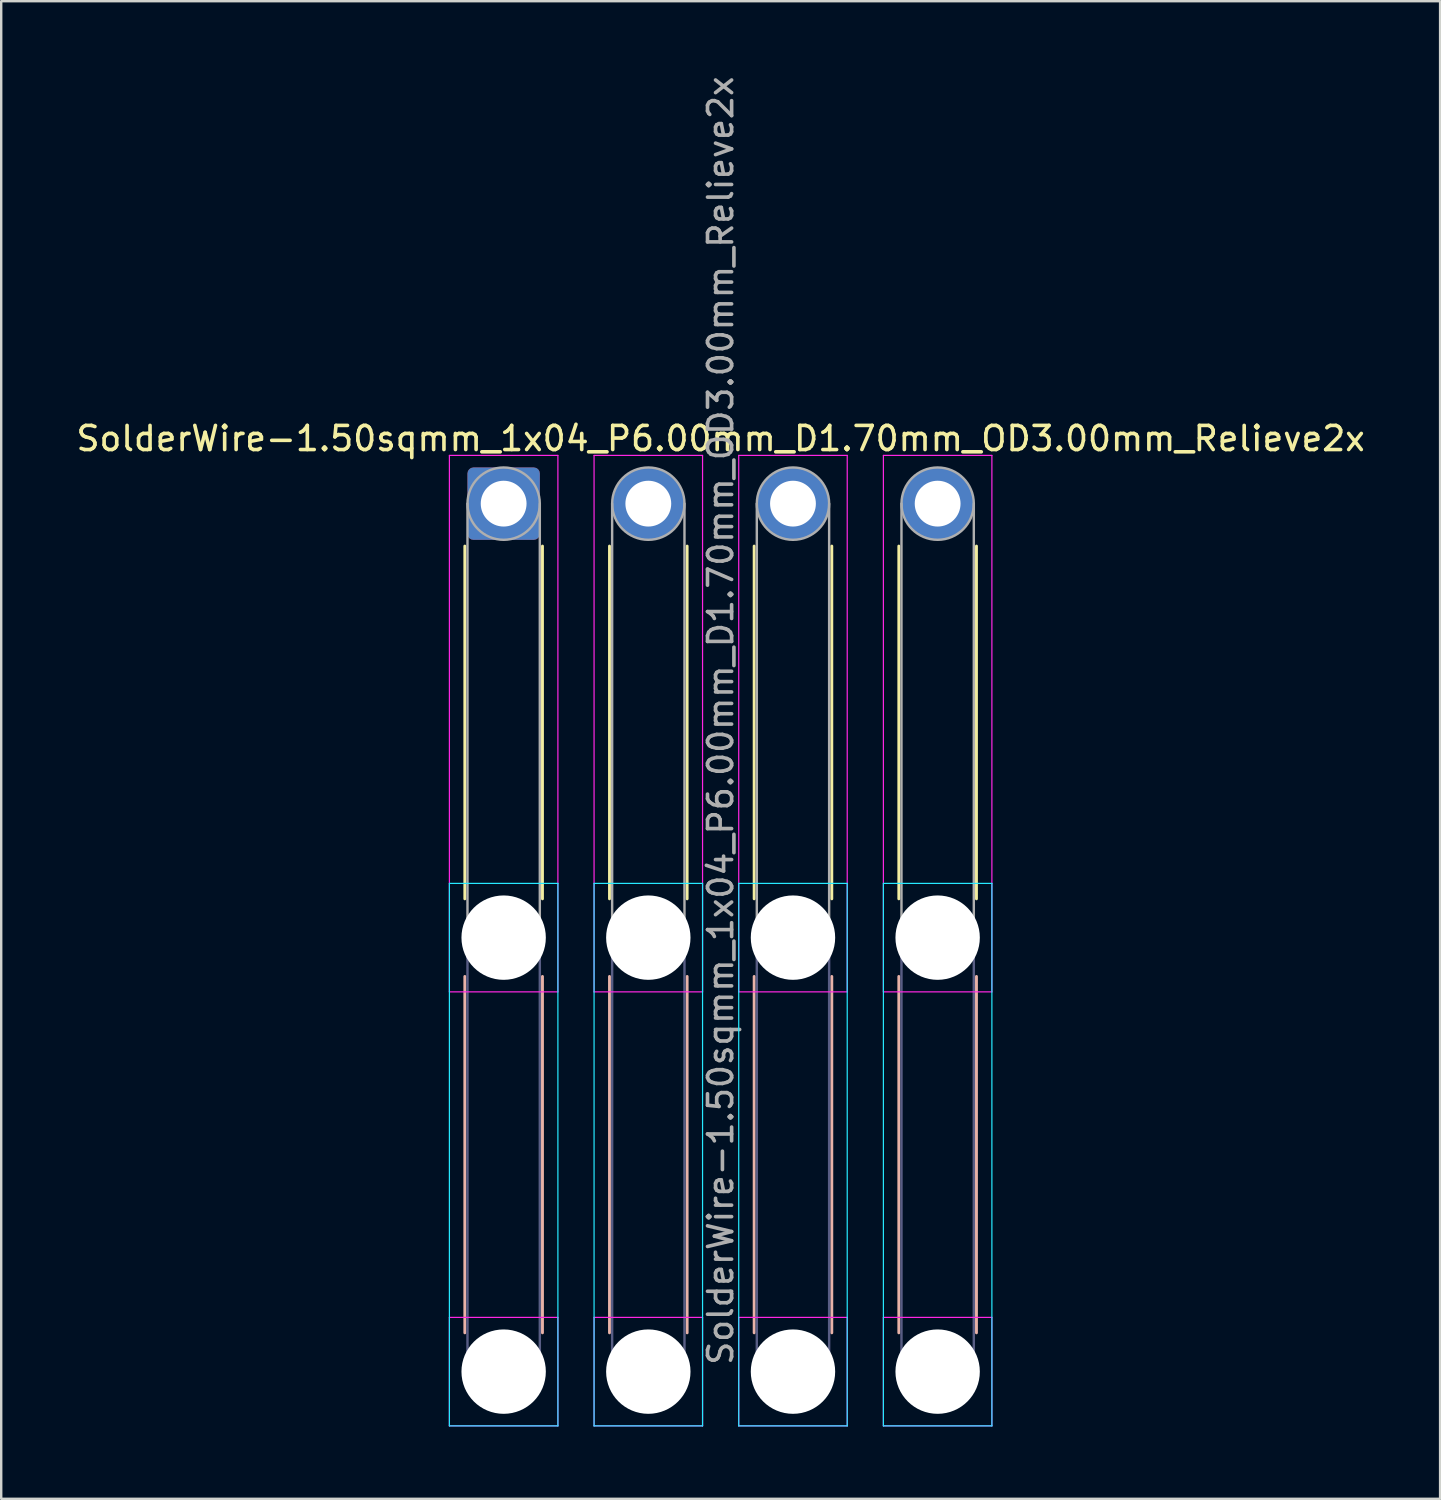
<source format=kicad_pcb>
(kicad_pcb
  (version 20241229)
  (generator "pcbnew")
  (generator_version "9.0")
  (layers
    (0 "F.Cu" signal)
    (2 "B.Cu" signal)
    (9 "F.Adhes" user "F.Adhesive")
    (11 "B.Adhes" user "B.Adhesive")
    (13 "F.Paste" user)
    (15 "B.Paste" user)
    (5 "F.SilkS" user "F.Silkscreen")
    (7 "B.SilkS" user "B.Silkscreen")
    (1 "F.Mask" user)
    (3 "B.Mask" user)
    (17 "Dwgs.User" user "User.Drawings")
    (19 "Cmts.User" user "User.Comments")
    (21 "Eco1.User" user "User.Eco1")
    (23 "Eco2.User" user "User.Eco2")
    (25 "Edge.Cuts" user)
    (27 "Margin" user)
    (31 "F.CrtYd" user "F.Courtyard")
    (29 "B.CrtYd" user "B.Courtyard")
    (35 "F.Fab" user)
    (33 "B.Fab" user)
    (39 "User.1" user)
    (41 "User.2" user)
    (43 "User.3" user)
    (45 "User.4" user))
  (footprint "SolderWire-1.50sqmm_1x04_P6.00mm_D1.70mm_OD3.00mm_Relieve2x"
    (layer "F.Cu")
    (at 17.839 17.839)
    (property "Reference" "SolderWire-1.50sqmm_1x04_P6.00mm_D1.70mm_OD3.00mm_Relieve2x" (at 9 -2.7 0) (layer "F.SilkS") (effects (font (size 1 1) (thickness 0.15))))
    (attr exclude_from_pos_files exclude_from_bom)
    (fp_line (start -1.61 1.76) (end -1.61 16.39) (stroke (width 0.12) (type solid)) (layer "F.SilkS"))
    (fp_line (start 1.61 1.76) (end 1.61 16.39) (stroke (width 0.12) (type solid)) (layer "F.SilkS"))
    (fp_line (start 4.39 1.76) (end 4.39 16.39) (stroke (width 0.12) (type solid)) (layer "F.SilkS"))
    (fp_line (start 7.61 1.76) (end 7.61 16.39) (stroke (width 0.12) (type solid)) (layer "F.SilkS"))
    (fp_line (start 10.39 1.76) (end 10.39 16.39) (stroke (width 0.12) (type solid)) (layer "F.SilkS"))
    (fp_line (start 13.61 1.76) (end 13.61 16.39) (stroke (width 0.12) (type solid)) (layer "F.SilkS"))
    (fp_line (start 16.39 1.76) (end 16.39 16.39) (stroke (width 0.12) (type solid)) (layer "F.SilkS"))
    (fp_line (start 19.61 1.76) (end 19.61 16.39) (stroke (width 0.12) (type solid)) (layer "F.SilkS"))
    (fp_line (start -1.61 19.61) (end -1.61 34.39) (stroke (width 0.12) (type solid)) (layer "B.SilkS"))
    (fp_line (start 1.61 19.61) (end 1.61 34.39) (stroke (width 0.12) (type solid)) (layer "B.SilkS"))
    (fp_line (start 4.39 19.61) (end 4.39 34.39) (stroke (width 0.12) (type solid)) (layer "B.SilkS"))
    (fp_line (start 7.61 19.61) (end 7.61 34.39) (stroke (width 0.12) (type solid)) (layer "B.SilkS"))
    (fp_line (start 10.39 19.61) (end 10.39 34.39) (stroke (width 0.12) (type solid)) (layer "B.SilkS"))
    (fp_line (start 13.61 19.61) (end 13.61 34.39) (stroke (width 0.12) (type solid)) (layer "B.SilkS"))
    (fp_line (start 16.39 19.61) (end 16.39 34.39) (stroke (width 0.12) (type solid)) (layer "B.SilkS"))
    (fp_line (start 19.61 19.61) (end 19.61 34.39) (stroke (width 0.12) (type solid)) (layer "B.SilkS"))
    (fp_line (start -2.25 15.75) (end -2.25 38.25) (stroke (width 0.05) (type solid)) (layer "B.CrtYd"))
    (fp_line (start -2.25 38.25) (end 2.25 38.25) (stroke (width 0.05) (type solid)) (layer "B.CrtYd"))
    (fp_line (start 2.25 15.75) (end -2.25 15.75) (stroke (width 0.05) (type solid)) (layer "B.CrtYd"))
    (fp_line (start 2.25 38.25) (end 2.25 15.75) (stroke (width 0.05) (type solid)) (layer "B.CrtYd"))
    (fp_line (start 3.75 15.75) (end 3.75 38.25) (stroke (width 0.05) (type solid)) (layer "B.CrtYd"))
    (fp_line (start 3.75 38.25) (end 8.25 38.25) (stroke (width 0.05) (type solid)) (layer "B.CrtYd"))
    (fp_line (start 8.25 15.75) (end 3.75 15.75) (stroke (width 0.05) (type solid)) (layer "B.CrtYd"))
    (fp_line (start 8.25 38.25) (end 8.25 15.75) (stroke (width 0.05) (type solid)) (layer "B.CrtYd"))
    (fp_line (start 9.75 15.75) (end 9.75 38.25) (stroke (width 0.05) (type solid)) (layer "B.CrtYd"))
    (fp_line (start 9.75 38.25) (end 14.25 38.25) (stroke (width 0.05) (type solid)) (layer "B.CrtYd"))
    (fp_line (start 14.25 15.75) (end 9.75 15.75) (stroke (width 0.05) (type solid)) (layer "B.CrtYd"))
    (fp_line (start 14.25 38.25) (end 14.25 15.75) (stroke (width 0.05) (type solid)) (layer "B.CrtYd"))
    (fp_line (start 15.75 15.75) (end 15.75 38.25) (stroke (width 0.05) (type solid)) (layer "B.CrtYd"))
    (fp_line (start 15.75 38.25) (end 20.25 38.25) (stroke (width 0.05) (type solid)) (layer "B.CrtYd"))
    (fp_line (start 20.25 15.75) (end 15.75 15.75) (stroke (width 0.05) (type solid)) (layer "B.CrtYd"))
    (fp_line (start 20.25 38.25) (end 20.25 15.75) (stroke (width 0.05) (type solid)) (layer "B.CrtYd"))
    (fp_line (start -2.25 -2) (end -2.25 20.25) (stroke (width 0.05) (type solid)) (layer "F.CrtYd"))
    (fp_line (start -2.25 20.25) (end 2.25 20.25) (stroke (width 0.05) (type solid)) (layer "F.CrtYd"))
    (fp_line (start -2.25 33.75) (end -2.25 38.25) (stroke (width 0.05) (type solid)) (layer "F.CrtYd"))
    (fp_line (start -2.25 38.25) (end 2.25 38.25) (stroke (width 0.05) (type solid)) (layer "F.CrtYd"))
    (fp_line (start 2.25 -2) (end -2.25 -2) (stroke (width 0.05) (type solid)) (layer "F.CrtYd"))
    (fp_line (start 2.25 20.25) (end 2.25 -2) (stroke (width 0.05) (type solid)) (layer "F.CrtYd"))
    (fp_line (start 2.25 33.75) (end -2.25 33.75) (stroke (width 0.05) (type solid)) (layer "F.CrtYd"))
    (fp_line (start 2.25 38.25) (end 2.25 33.75) (stroke (width 0.05) (type solid)) (layer "F.CrtYd"))
    (fp_line (start 3.75 -2) (end 3.75 20.25) (stroke (width 0.05) (type solid)) (layer "F.CrtYd"))
    (fp_line (start 3.75 20.25) (end 8.25 20.25) (stroke (width 0.05) (type solid)) (layer "F.CrtYd"))
    (fp_line (start 3.75 33.75) (end 3.75 38.25) (stroke (width 0.05) (type solid)) (layer "F.CrtYd"))
    (fp_line (start 3.75 38.25) (end 8.25 38.25) (stroke (width 0.05) (type solid)) (layer "F.CrtYd"))
    (fp_line (start 8.25 -2) (end 3.75 -2) (stroke (width 0.05) (type solid)) (layer "F.CrtYd"))
    (fp_line (start 8.25 20.25) (end 8.25 -2) (stroke (width 0.05) (type solid)) (layer "F.CrtYd"))
    (fp_line (start 8.25 33.75) (end 3.75 33.75) (stroke (width 0.05) (type solid)) (layer "F.CrtYd"))
    (fp_line (start 8.25 38.25) (end 8.25 33.75) (stroke (width 0.05) (type solid)) (layer "F.CrtYd"))
    (fp_line (start 9.75 -2) (end 9.75 20.25) (stroke (width 0.05) (type solid)) (layer "F.CrtYd"))
    (fp_line (start 9.75 20.25) (end 14.25 20.25) (stroke (width 0.05) (type solid)) (layer "F.CrtYd"))
    (fp_line (start 9.75 33.75) (end 9.75 38.25) (stroke (width 0.05) (type solid)) (layer "F.CrtYd"))
    (fp_line (start 9.75 38.25) (end 14.25 38.25) (stroke (width 0.05) (type solid)) (layer "F.CrtYd"))
    (fp_line (start 14.25 -2) (end 9.75 -2) (stroke (width 0.05) (type solid)) (layer "F.CrtYd"))
    (fp_line (start 14.25 20.25) (end 14.25 -2) (stroke (width 0.05) (type solid)) (layer "F.CrtYd"))
    (fp_line (start 14.25 33.75) (end 9.75 33.75) (stroke (width 0.05) (type solid)) (layer "F.CrtYd"))
    (fp_line (start 14.25 38.25) (end 14.25 33.75) (stroke (width 0.05) (type solid)) (layer "F.CrtYd"))
    (fp_line (start 15.75 -2) (end 15.75 20.25) (stroke (width 0.05) (type solid)) (layer "F.CrtYd"))
    (fp_line (start 15.75 20.25) (end 20.25 20.25) (stroke (width 0.05) (type solid)) (layer "F.CrtYd"))
    (fp_line (start 15.75 33.75) (end 15.75 38.25) (stroke (width 0.05) (type solid)) (layer "F.CrtYd"))
    (fp_line (start 15.75 38.25) (end 20.25 38.25) (stroke (width 0.05) (type solid)) (layer "F.CrtYd"))
    (fp_line (start 20.25 -2) (end 15.75 -2) (stroke (width 0.05) (type solid)) (layer "F.CrtYd"))
    (fp_line (start 20.25 20.25) (end 20.25 -2) (stroke (width 0.05) (type solid)) (layer "F.CrtYd"))
    (fp_line (start 20.25 33.75) (end 15.75 33.75) (stroke (width 0.05) (type solid)) (layer "F.CrtYd"))
    (fp_line (start 20.25 38.25) (end 20.25 33.75) (stroke (width 0.05) (type solid)) (layer "F.CrtYd"))
    (fp_line (start -1.5 18) (end -1.5 36) (stroke (width 0.1) (type solid)) (layer "B.Fab"))
    (fp_line (start 1.5 18) (end 1.5 36) (stroke (width 0.1) (type solid)) (layer "B.Fab"))
    (fp_line (start 4.5 18) (end 4.5 36) (stroke (width 0.1) (type solid)) (layer "B.Fab"))
    (fp_line (start 7.5 18) (end 7.5 36) (stroke (width 0.1) (type solid)) (layer "B.Fab"))
    (fp_line (start 10.5 18) (end 10.5 36) (stroke (width 0.1) (type solid)) (layer "B.Fab"))
    (fp_line (start 13.5 18) (end 13.5 36) (stroke (width 0.1) (type solid)) (layer "B.Fab"))
    (fp_line (start 16.5 18) (end 16.5 36) (stroke (width 0.1) (type solid)) (layer "B.Fab"))
    (fp_line (start 19.5 18) (end 19.5 36) (stroke (width 0.1) (type solid)) (layer "B.Fab"))
    (fp_circle (center 0 18) (end 1.5 18) (stroke (width 0.1) (type solid)) (fill no) (layer "B.Fab"))
    (fp_circle (center 0 36) (end 1.5 36) (stroke (width 0.1) (type solid)) (fill no) (layer "B.Fab"))
    (fp_circle (center 6 18) (end 7.5 18) (stroke (width 0.1) (type solid)) (fill no) (layer "B.Fab"))
    (fp_circle (center 6 36) (end 7.5 36) (stroke (width 0.1) (type solid)) (fill no) (layer "B.Fab"))
    (fp_circle (center 12 18) (end 13.5 18) (stroke (width 0.1) (type solid)) (fill no) (layer "B.Fab"))
    (fp_circle (center 12 36) (end 13.5 36) (stroke (width 0.1) (type solid)) (fill no) (layer "B.Fab"))
    (fp_circle (center 18 18) (end 19.5 18) (stroke (width 0.1) (type solid)) (fill no) (layer "B.Fab"))
    (fp_circle (center 18 36) (end 19.5 36) (stroke (width 0.1) (type solid)) (fill no) (layer "B.Fab"))
    (fp_line (start -1.5 0) (end -1.5 18) (stroke (width 0.1) (type solid)) (layer "F.Fab"))
    (fp_line (start 1.5 0) (end 1.5 18) (stroke (width 0.1) (type solid)) (layer "F.Fab"))
    (fp_line (start 4.5 0) (end 4.5 18) (stroke (width 0.1) (type solid)) (layer "F.Fab"))
    (fp_line (start 7.5 0) (end 7.5 18) (stroke (width 0.1) (type solid)) (layer "F.Fab"))
    (fp_line (start 10.5 0) (end 10.5 18) (stroke (width 0.1) (type solid)) (layer "F.Fab"))
    (fp_line (start 13.5 0) (end 13.5 18) (stroke (width 0.1) (type solid)) (layer "F.Fab"))
    (fp_line (start 16.5 0) (end 16.5 18) (stroke (width 0.1) (type solid)) (layer "F.Fab"))
    (fp_line (start 19.5 0) (end 19.5 18) (stroke (width 0.1) (type solid)) (layer "F.Fab"))
    (fp_circle (center 0 0) (end 1.5 0) (stroke (width 0.1) (type solid)) (fill no) (layer "F.Fab"))
    (fp_circle (center 0 18) (end 1.5 18) (stroke (width 0.1) (type solid)) (fill no) (layer "F.Fab"))
    (fp_circle (center 0 36) (end 1.5 36) (stroke (width 0.1) (type solid)) (fill no) (layer "F.Fab"))
    (fp_circle (center 6 0) (end 7.5 0) (stroke (width 0.1) (type solid)) (fill no) (layer "F.Fab"))
    (fp_circle (center 6 18) (end 7.5 18) (stroke (width 0.1) (type solid)) (fill no) (layer "F.Fab"))
    (fp_circle (center 6 36) (end 7.5 36) (stroke (width 0.1) (type solid)) (fill no) (layer "F.Fab"))
    (fp_circle (center 12 0) (end 13.5 0) (stroke (width 0.1) (type solid)) (fill no) (layer "F.Fab"))
    (fp_circle (center 12 18) (end 13.5 18) (stroke (width 0.1) (type solid)) (fill no) (layer "F.Fab"))
    (fp_circle (center 12 36) (end 13.5 36) (stroke (width 0.1) (type solid)) (fill no) (layer "F.Fab"))
    (fp_circle (center 18 0) (end 19.5 0) (stroke (width 0.1) (type solid)) (fill no) (layer "F.Fab"))
    (fp_circle (center 18 18) (end 19.5 18) (stroke (width 0.1) (type solid)) (fill no) (layer "F.Fab"))
    (fp_circle (center 18 36) (end 19.5 36) (stroke (width 0.1) (type solid)) (fill no) (layer "F.Fab"))
    (fp_text user "${REFERENCE}" (at 9 9 90) (layer "F.Fab") (effects (font (size 1 1) (thickness 0.15))))
    (pad "" np_thru_hole circle (at 0 18) (size 3.5 3.5) (drill 3.5) (layers "*.Cu" "*.Mask"))
    (pad "" np_thru_hole circle (at 0 36) (size 3.5 3.5) (drill 3.5) (layers "*.Cu" "*.Mask"))
    (pad "" np_thru_hole circle (at 6 18) (size 3.5 3.5) (drill 3.5) (layers "*.Cu" "*.Mask"))
    (pad "" np_thru_hole circle (at 6 36) (size 3.5 3.5) (drill 3.5) (layers "*.Cu" "*.Mask"))
    (pad "" np_thru_hole circle (at 12 18) (size 3.5 3.5) (drill 3.5) (layers "*.Cu" "*.Mask"))
    (pad "" np_thru_hole circle (at 12 36) (size 3.5 3.5) (drill 3.5) (layers "*.Cu" "*.Mask"))
    (pad "" np_thru_hole circle (at 18 18) (size 3.5 3.5) (drill 3.5) (layers "*.Cu" "*.Mask"))
    (pad "" np_thru_hole circle (at 18 36) (size 3.5 3.5) (drill 3.5) (layers "*.Cu" "*.Mask"))
    (pad "1" thru_hole roundrect (at 0 0) (size 3 3) (drill 1.9) (layers "*.Cu" "*.Mask") (roundrect_rratio 0.083))
    (pad "2" thru_hole circle (at 6 0) (size 3 3) (drill 1.9) (layers "*.Cu" "*.Mask"))
    (pad "3" thru_hole circle (at 12 0) (size 3 3) (drill 1.9) (layers "*.Cu" "*.Mask"))
    (pad "4" thru_hole circle (at 18 0) (size 3 3) (drill 1.9) (layers "*.Cu" "*.Mask")))
  (gr_rect
    (start -3 -3)
    (end 56.679 59.114)
    (stroke (width 0.1) (type default))
    (fill no)
    (layer "Edge.Cuts")))
</source>
